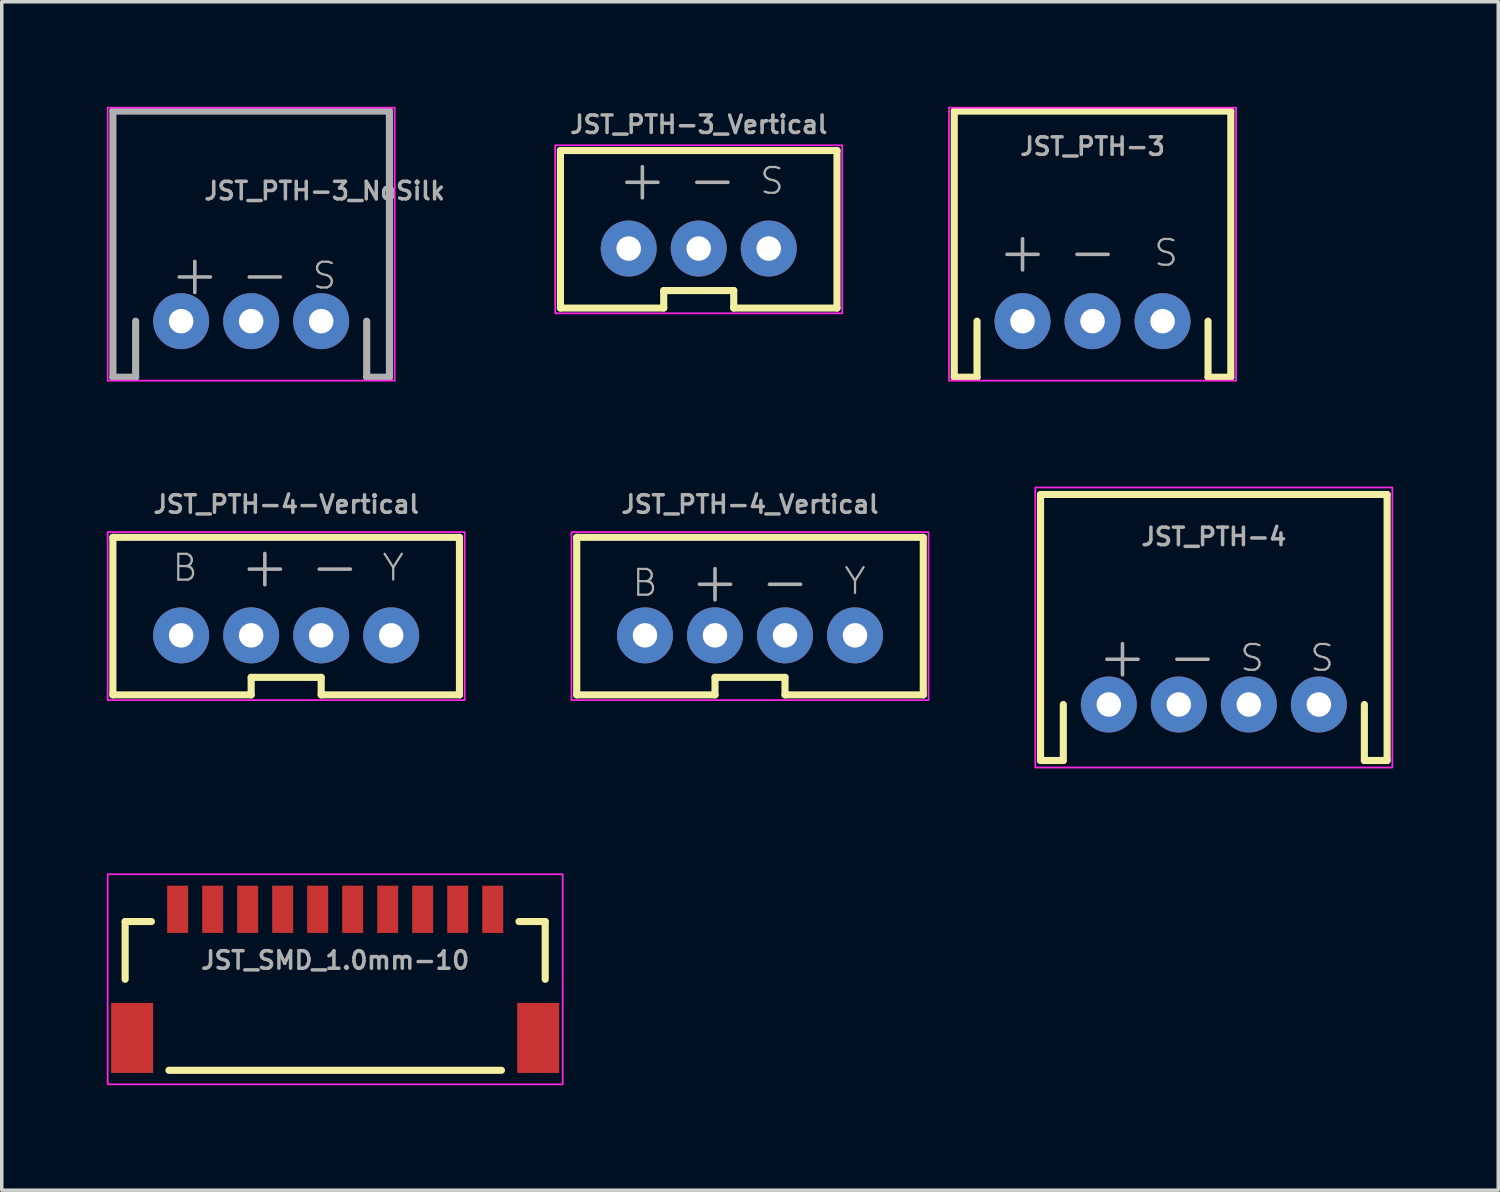
<source format=kicad_pcb>
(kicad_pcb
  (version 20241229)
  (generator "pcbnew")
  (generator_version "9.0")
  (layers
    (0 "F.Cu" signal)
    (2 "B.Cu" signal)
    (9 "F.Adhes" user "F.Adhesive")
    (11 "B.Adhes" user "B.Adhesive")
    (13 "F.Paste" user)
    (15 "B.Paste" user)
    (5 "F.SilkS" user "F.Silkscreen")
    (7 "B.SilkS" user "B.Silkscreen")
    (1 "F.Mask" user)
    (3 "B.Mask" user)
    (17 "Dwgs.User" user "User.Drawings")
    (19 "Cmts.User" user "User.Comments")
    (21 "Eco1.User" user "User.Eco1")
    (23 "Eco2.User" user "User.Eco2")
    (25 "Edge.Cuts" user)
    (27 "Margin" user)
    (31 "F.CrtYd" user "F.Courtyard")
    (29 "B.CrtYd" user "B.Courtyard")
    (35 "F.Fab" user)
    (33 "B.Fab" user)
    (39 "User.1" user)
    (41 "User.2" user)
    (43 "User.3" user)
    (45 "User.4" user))
  (footprint "JST_PTH-4-Vertical"
    (layer "F.Cu")
    (at 5.125 14.55)
    (property "Reference" "JST_PTH-4-Vertical" (at 0 -2.9 0) (layer "F.Fab") (effects (font (size 0.5 0.5) (thickness 0.1) (bold yes)) (justify bottom)))
    (fp_line (start -4.95 -2.25) (end 4.95 -2.25) (stroke (width 0.203) (type solid)) (layer "F.SilkS"))
    (fp_line (start -4.95 2.25) (end -4.95 -2.25) (stroke (width 0.203) (type solid)) (layer "F.SilkS"))
    (fp_line (start -1 1.75) (end -1 2.25) (stroke (width 0.203) (type solid)) (layer "F.SilkS"))
    (fp_line (start -1 1.75) (end 1 1.75) (stroke (width 0.203) (type solid)) (layer "F.SilkS"))
    (fp_line (start -1 2.25) (end -4.95 2.25) (stroke (width 0.203) (type solid)) (layer "F.SilkS"))
    (fp_line (start 1 1.75) (end 1 2.25) (stroke (width 0.203) (type solid)) (layer "F.SilkS"))
    (fp_line (start 4.95 -2.25) (end 4.95 2.25) (stroke (width 0.203) (type solid)) (layer "F.SilkS"))
    (fp_line (start 4.95 2.25) (end 1 2.25) (stroke (width 0.203) (type solid)) (layer "F.SilkS"))
    (fp_rect (start 5.1 -2.4) (end -5.1 2.4) (stroke (width 0.05) (type default)) (fill no) (layer "F.CrtYd"))
    (fp_text user "B" (at -3.3 -0.95 0) (layer "F.Fab") (effects (font (size 0.736 0.736) (thickness 0.064)) (justify left bottom)))
    (fp_text user "-" (at 0.6 -0.75 0) (layer "F.Fab") (effects (font (size 1.168 1.168) (thickness 0.102)) (justify left bottom)))
    (fp_text user "+" (at -1.4 -0.75 0) (layer "F.Fab") (effects (font (size 1.168 1.168) (thickness 0.102)) (justify left bottom)))
    (fp_text user "Y" (at 2.7 -0.95 0) (layer "F.Fab") (effects (font (size 0.736 0.736) (thickness 0.064)) (justify left bottom)))
    (pad "1" thru_hole circle (at -3 0.55) (size 1.6 1.6) (drill 0.7) (layers "*.Cu" "*.Mask"))
    (pad "2" thru_hole circle (at -1 0.55) (size 1.6 1.6) (drill 0.7) (layers "*.Cu" "*.Mask"))
    (pad "3" thru_hole circle (at 1 0.55) (size 1.6 1.6) (drill 0.7) (layers "*.Cu" "*.Mask"))
    (pad "4" thru_hole circle (at 3 0.55) (size 1.6 1.6) (drill 0.7) (layers "*.Cu" "*.Mask")))
  (footprint "JST_PTH-3_Vertical"
    (layer "F.Cu")
    (at 16.91 3.5)
    (property "Reference" "JST_PTH-3_Vertical" (at 0 -2.7 0) (layer "F.Fab") (effects (font (size 0.5 0.5) (thickness 0.1)) (justify bottom)))
    (attr through_hole)
    (fp_line (start -3.95 -2.25) (end 3.95 -2.25) (stroke (width 0.203) (type solid)) (layer "F.SilkS"))
    (fp_line (start -3.95 2.25) (end -3.95 -2.25) (stroke (width 0.203) (type solid)) (layer "F.SilkS"))
    (fp_line (start -1 1.75) (end -1 2.25) (stroke (width 0.203) (type solid)) (layer "F.SilkS"))
    (fp_line (start -1 1.75) (end 1 1.75) (stroke (width 0.203) (type solid)) (layer "F.SilkS"))
    (fp_line (start -1 2.25) (end -3.95 2.25) (stroke (width 0.203) (type solid)) (layer "F.SilkS"))
    (fp_line (start 1 1.75) (end 1 2.25) (stroke (width 0.203) (type solid)) (layer "F.SilkS"))
    (fp_line (start 3.95 -2.25) (end 3.95 2.25) (stroke (width 0.203) (type solid)) (layer "F.SilkS"))
    (fp_line (start 3.95 2.25) (end 1 2.25) (stroke (width 0.203) (type solid)) (layer "F.SilkS"))
    (fp_rect (start 4.1 -2.4) (end -4.1 2.4) (stroke (width 0.05) (type default)) (fill no) (layer "F.CrtYd"))
    (fp_text user "S" (at 1.7 -0.95 0) (layer "F.Fab") (effects (font (size 0.736 0.736) (thickness 0.064)) (justify left bottom)))
    (fp_text user "+" (at -2.4 -0.75 0) (layer "F.Fab") (effects (font (size 1.168 1.168) (thickness 0.102)) (justify left bottom)))
    (fp_text user "-" (at -0.4 -0.75 0) (layer "F.Fab") (effects (font (size 1.168 1.168) (thickness 0.102)) (justify left bottom)))
    (pad "1" thru_hole circle (at -2 0.55) (size 1.6 1.6) (drill 0.7) (layers "*.Cu" "*.Mask"))
    (pad "2" thru_hole circle (at 0 0.55) (size 1.6 1.6) (drill 0.7) (layers "*.Cu" "*.Mask"))
    (pad "3" thru_hole circle (at 2 0.55) (size 1.6 1.6) (drill 0.7) (layers "*.Cu" "*.Mask")))
  (footprint "JST_PTH-3_NoSilk"
    (layer "F.Cu")
    (at 4.125 6.125)
    (property "Reference" "JST_PTH-3_NoSilk" (at -1.397 -3.429 0) (layer "F.Fab") (effects (font (size 0.5 0.5) (thickness 0.1)) (justify left bottom)))
    (fp_rect (start 4.1 -6.1) (end -4.1 1.7) (stroke (width 0.05) (type default)) (fill no) (layer "F.CrtYd"))
    (fp_line (start -3.95 -6) (end 3.95 -6) (stroke (width 0.203) (type solid)) (layer "F.Fab"))
    (fp_line (start -3.95 1.6) (end -3.95 -6) (stroke (width 0.203) (type solid)) (layer "F.Fab"))
    (fp_line (start -3.95 1.6) (end -3.3 1.6) (stroke (width 0.203) (type solid)) (layer "F.Fab"))
    (fp_line (start -3.3 1.6) (end -3.3 0) (stroke (width 0.203) (type solid)) (layer "F.Fab"))
    (fp_line (start 3.3 1.6) (end 3.3 0) (stroke (width 0.203) (type solid)) (layer "F.Fab"))
    (fp_line (start 3.95 -6) (end 3.95 1.6) (stroke (width 0.203) (type solid)) (layer "F.Fab"))
    (fp_line (start 3.95 1.6) (end 3.3 1.6) (stroke (width 0.203) (type solid)) (layer "F.Fab"))
    (fp_text user "S" (at 1.7 -0.87 0) (layer "F.Fab") (effects (font (size 0.736 0.736) (thickness 0.064)) (justify left bottom)))
    (fp_text user "+" (at -2.4 -0.67 0) (layer "F.Fab") (effects (font (size 1.168 1.168) (thickness 0.102)) (justify left bottom)))
    (fp_text user "-" (at -0.4 -0.67 0) (layer "F.Fab") (effects (font (size 1.168 1.168) (thickness 0.102)) (justify left bottom)))
    (pad "1" thru_hole circle (at -2 0) (size 1.6 1.6) (drill 0.7) (layers "*.Cu" "*.Mask"))
    (pad "2" thru_hole circle (at 0 0) (size 1.6 1.6) (drill 0.7) (layers "*.Cu" "*.Mask"))
    (pad "3" thru_hole circle (at 2 0) (size 1.6 1.6) (drill 0.7) (layers "*.Cu" "*.Mask")))
  (footprint "JST_PTH-3"
    (layer "F.Cu")
    (at 28.16 6.125)
    (property "Reference" "JST_PTH-3" (at 0 -4.7 0) (layer "F.Fab") (effects (font (size 0.5 0.5) (thickness 0.1)) (justify bottom)))
    (attr through_hole)
    (fp_line (start -3.95 -6) (end 3.95 -6) (stroke (width 0.203) (type solid)) (layer "F.SilkS"))
    (fp_line (start -3.95 1.6) (end -3.95 -6) (stroke (width 0.203) (type solid)) (layer "F.SilkS"))
    (fp_line (start -3.95 1.6) (end -3.3 1.6) (stroke (width 0.203) (type solid)) (layer "F.SilkS"))
    (fp_line (start -3.3 1.6) (end -3.3 0) (stroke (width 0.203) (type solid)) (layer "F.SilkS"))
    (fp_line (start 3.3 1.6) (end 3.3 0) (stroke (width 0.203) (type solid)) (layer "F.SilkS"))
    (fp_line (start 3.95 -6) (end 3.95 1.6) (stroke (width 0.203) (type solid)) (layer "F.SilkS"))
    (fp_line (start 3.95 1.6) (end 3.3 1.6) (stroke (width 0.203) (type solid)) (layer "F.SilkS"))
    (fp_rect (start 4.1 -6.1) (end -4.1 1.7) (stroke (width 0.05) (type default)) (fill no) (layer "F.CrtYd"))
    (fp_text user "-" (at 0 -2 0) (layer "F.Fab") (effects (font (size 1.168 1.168) (thickness 0.102))))
    (fp_text user "+" (at -2 -2 0) (layer "F.Fab") (effects (font (size 1.168 1.168) (thickness 0.102))))
    (fp_text user "S" (at 2.1 -1.95 0) (layer "F.Fab") (effects (font (size 0.736 0.736) (thickness 0.064))))
    (pad "1" thru_hole circle (at -2 0) (size 1.6 1.6) (drill 0.7) (layers "*.Cu" "*.Mask"))
    (pad "2" thru_hole circle (at 0 0) (size 1.6 1.6) (drill 0.7) (layers "*.Cu" "*.Mask"))
    (pad "3" thru_hole circle (at 2 0) (size 1.6 1.6) (drill 0.7) (layers "*.Cu" "*.Mask")))
  (footprint "JST_SMD_1.0mm-10"
    (layer "F.Cu")
    (at 6.525 22.925)
    (property "Reference" "JST_SMD_1.0mm-10" (at 0 1.75 0) (layer "F.Fab") (effects (font (size 0.5 0.5) (thickness 0.1)) (justify bottom)))
    (attr smd)
    (fp_line (start -6 0.35) (end -5.25 0.35) (stroke (width 0.203) (type solid)) (layer "F.SilkS"))
    (fp_line (start -6 2) (end -6 0.35) (stroke (width 0.203) (type solid)) (layer "F.SilkS"))
    (fp_line (start -4.75 4.6) (end 4.75 4.6) (stroke (width 0.203) (type solid)) (layer "F.SilkS"))
    (fp_line (start 5.25 0.35) (end 6 0.35) (stroke (width 0.203) (type solid)) (layer "F.SilkS"))
    (fp_line (start 6 0.35) (end 6 2) (stroke (width 0.203) (type solid)) (layer "F.SilkS"))
    (fp_rect (start 6.5 5) (end -6.5 -1) (stroke (width 0.05) (type default)) (fill no) (layer "F.CrtYd"))
    (pad "1" smd rect (at -4.5 0) (size 0.6 1.35) (layers "F.Cu" "F.Mask" "F.Paste"))
    (pad "2" smd rect (at -3.5 0) (size 0.6 1.35) (layers "F.Cu" "F.Mask" "F.Paste"))
    (pad "3" smd rect (at -2.5 0) (size 0.6 1.35) (layers "F.Cu" "F.Mask" "F.Paste"))
    (pad "4" smd rect (at -1.5 0) (size 0.6 1.35) (layers "F.Cu" "F.Mask" "F.Paste"))
    (pad "5" smd rect (at -0.5 0) (size 0.6 1.35) (layers "F.Cu" "F.Mask" "F.Paste"))
    (pad "6" smd rect (at 0.5 0) (size 0.6 1.35) (layers "F.Cu" "F.Mask" "F.Paste"))
    (pad "7" smd rect (at 1.5 0) (size 0.6 1.35) (layers "F.Cu" "F.Mask" "F.Paste"))
    (pad "8" smd rect (at 2.5 0) (size 0.6 1.35) (layers "F.Cu" "F.Mask" "F.Paste"))
    (pad "9" smd rect (at 3.5 0) (size 0.6 1.35) (layers "F.Cu" "F.Mask" "F.Paste"))
    (pad "10" smd rect (at 4.5 0) (size 0.6 1.35) (layers "F.Cu" "F.Mask" "F.Paste"))
    (pad "NC1" smd rect (at 5.8 3.675) (size 1.2 2) (layers "F.Cu" "F.Mask" "F.Paste"))
    (pad "NC2" smd rect (at -5.8 3.675) (size 1.2 2) (layers "F.Cu" "F.Mask" "F.Paste")))
  (footprint "JST_PTH-4"
    (layer "F.Cu")
    (at 31.625 17.075)
    (property "Reference" "JST_PTH-4" (at 0 -4.5 0) (layer "F.Fab") (effects (font (size 0.5 0.5) (thickness 0.1)) (justify bottom)))
    (attr through_hole)
    (fp_line (start -4.95 -6) (end 4.95 -6) (stroke (width 0.203) (type solid)) (layer "F.SilkS"))
    (fp_line (start -4.95 1.6) (end -4.95 -6) (stroke (width 0.203) (type solid)) (layer "F.SilkS"))
    (fp_line (start -4.95 1.6) (end -4.3 1.6) (stroke (width 0.203) (type solid)) (layer "F.SilkS"))
    (fp_line (start -4.3 1.6) (end -4.3 0) (stroke (width 0.203) (type solid)) (layer "F.SilkS"))
    (fp_line (start 4.3 1.6) (end 4.3 0) (stroke (width 0.203) (type solid)) (layer "F.SilkS"))
    (fp_line (start 4.95 -6) (end 4.95 1.6) (stroke (width 0.203) (type solid)) (layer "F.SilkS"))
    (fp_line (start 4.95 1.6) (end 4.3 1.6) (stroke (width 0.203) (type solid)) (layer "F.SilkS"))
    (fp_rect (start 5.1 -6.2) (end -5.1 1.8) (stroke (width 0.05) (type default)) (fill no) (layer "F.CrtYd"))
    (fp_text user "S" (at 0.7 -0.9 0) (layer "F.Fab") (effects (font (size 0.736 0.736) (thickness 0.064)) (justify left bottom)))
    (fp_text user "S" (at 2.7 -0.9 0) (layer "F.Fab") (effects (font (size 0.736 0.736) (thickness 0.064)) (justify left bottom)))
    (fp_text user "-" (at -1.4 -0.7 0) (layer "F.Fab") (effects (font (size 1.168 1.168) (thickness 0.102)) (justify left bottom)))
    (fp_text user "+" (at -3.4 -0.7 0) (layer "F.Fab") (effects (font (size 1.168 1.168) (thickness 0.102)) (justify left bottom)))
    (pad "1" thru_hole circle (at -3 0) (size 1.6 1.6) (drill 0.7) (layers "*.Cu" "*.Mask"))
    (pad "2" thru_hole circle (at -1 0) (size 1.6 1.6) (drill 0.7) (layers "*.Cu" "*.Mask"))
    (pad "3" thru_hole circle (at 1 0) (size 1.6 1.6) (drill 0.7) (layers "*.Cu" "*.Mask"))
    (pad "4" thru_hole circle (at 3 0) (size 1.6 1.6) (drill 0.7) (layers "*.Cu" "*.Mask")))
  (footprint "JST_PTH-4_Vertical"
    (layer "F.Cu")
    (at 18.375 14.55)
    (property "Reference" "JST_PTH-4_Vertical" (at 0 -2.9 0) (layer "F.Fab") (effects (font (size 0.5 0.5) (thickness 0.1) (bold yes)) (justify bottom)))
    (attr through_hole)
    (fp_line (start -4.95 -2.25) (end 4.95 -2.25) (stroke (width 0.203) (type solid)) (layer "F.SilkS"))
    (fp_line (start -4.95 2.25) (end -4.95 -2.25) (stroke (width 0.203) (type solid)) (layer "F.SilkS"))
    (fp_line (start -1 1.75) (end -1 2.25) (stroke (width 0.203) (type solid)) (layer "F.SilkS"))
    (fp_line (start -1 1.75) (end 1 1.75) (stroke (width 0.203) (type solid)) (layer "F.SilkS"))
    (fp_line (start -1 2.25) (end -4.95 2.25) (stroke (width 0.203) (type solid)) (layer "F.SilkS"))
    (fp_line (start 1 1.75) (end 1 2.25) (stroke (width 0.203) (type solid)) (layer "F.SilkS"))
    (fp_line (start 4.95 -2.25) (end 4.95 2.25) (stroke (width 0.203) (type solid)) (layer "F.SilkS"))
    (fp_line (start 4.95 2.25) (end 1 2.25) (stroke (width 0.203) (type solid)) (layer "F.SilkS"))
    (fp_rect (start 5.1 -2.4) (end -5.1 2.4) (stroke (width 0.05) (type default)) (fill no) (layer "F.CrtYd"))
    (fp_text user "B" (at -3 -0.95 0) (layer "F.Fab") (effects (font (size 0.736 0.736) (thickness 0.064))))
    (fp_text user "-" (at 1 -1 0) (layer "F.Fab") (effects (font (size 1.168 1.168) (thickness 0.102))))
    (fp_text user "Y" (at 3 -1 0) (layer "F.Fab") (effects (font (size 0.736 0.736) (thickness 0.064))))
    (fp_text user "+" (at -1 -1 0) (layer "F.Fab") (effects (font (size 1.168 1.168) (thickness 0.102))))
    (pad "1" thru_hole circle (at -3 0.55) (size 1.6 1.6) (drill 0.7) (layers "*.Cu" "*.Mask"))
    (pad "2" thru_hole circle (at -1 0.55) (size 1.6 1.6) (drill 0.7) (layers "*.Cu" "*.Mask"))
    (pad "3" thru_hole circle (at 1 0.55) (size 1.6 1.6) (drill 0.7) (layers "*.Cu" "*.Mask"))
    (pad "4" thru_hole circle (at 3 0.55) (size 1.6 1.6) (drill 0.7) (layers "*.Cu" "*.Mask")))
  (gr_rect
    (start -3 -3)
    (end 39.75 30.95)
    (stroke (width 0.1) (type default))
    (fill no)
    (layer "Edge.Cuts")))
</source>
